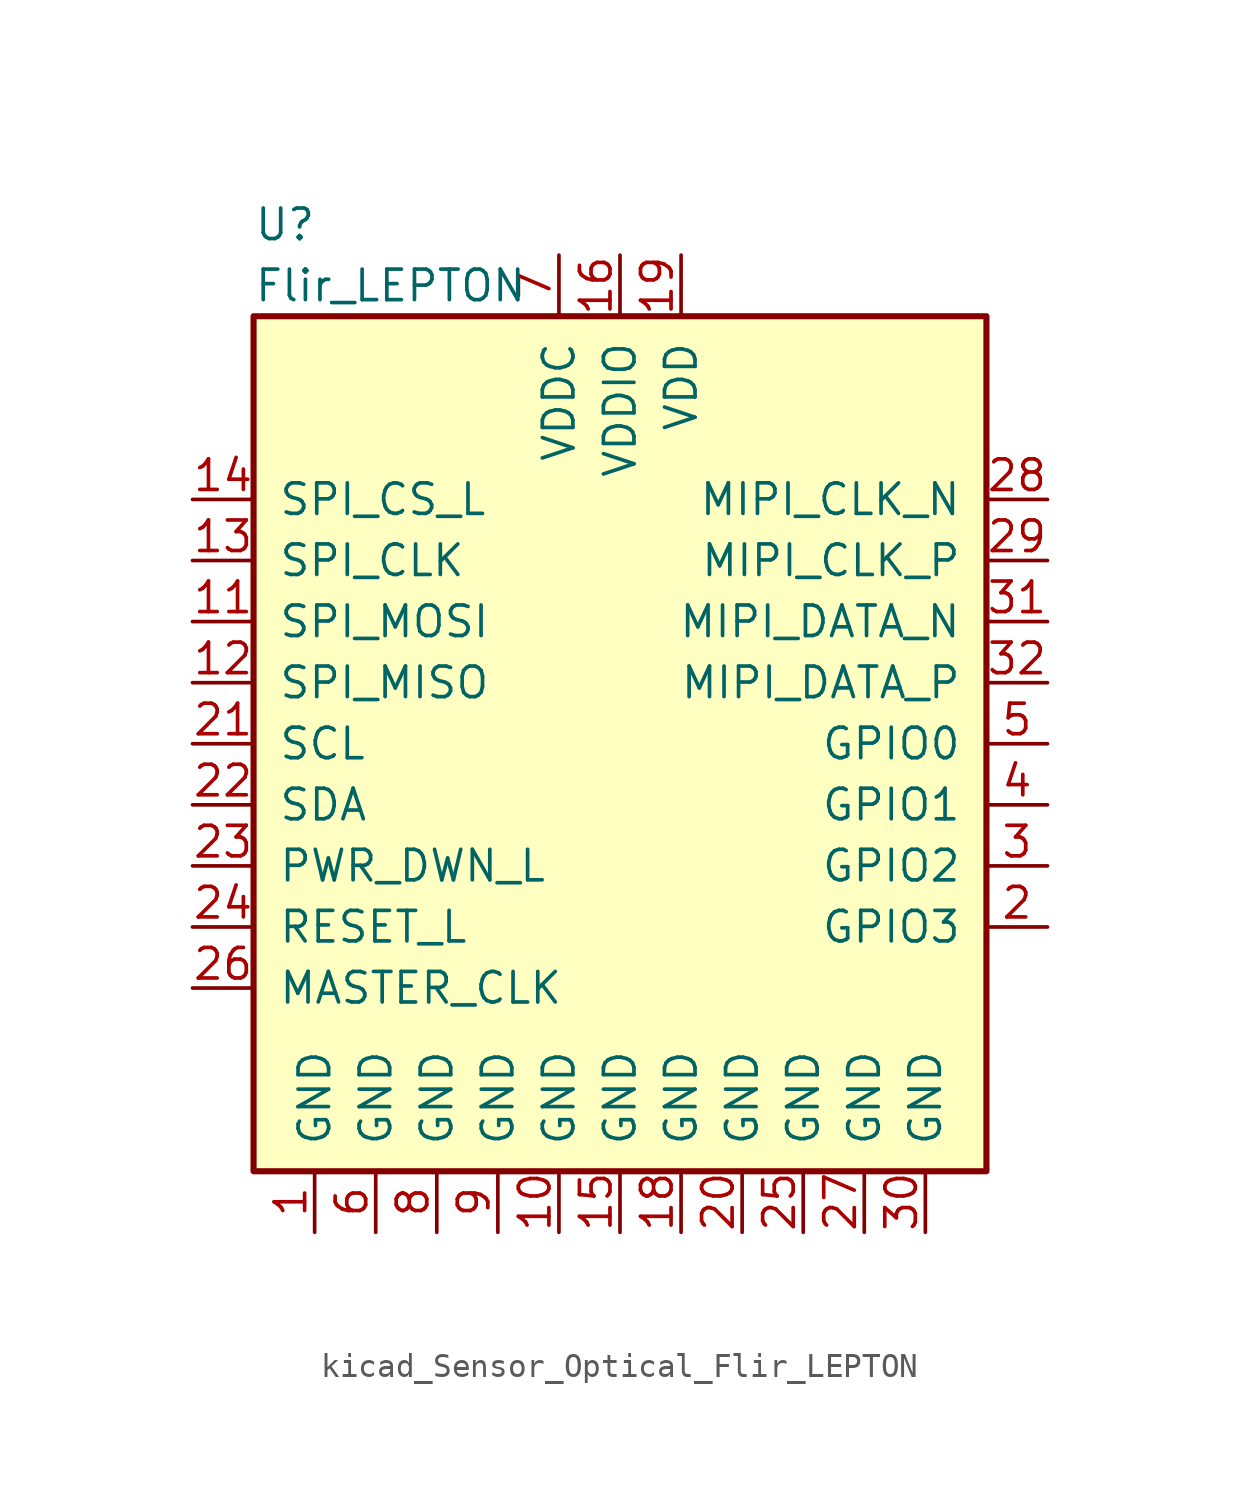
<source format=kicad_sym>
(kicad_symbol_lib
  (version 20220914)
  (generator kicad_symbol_editor)
  (symbol "kicad_Sensor_Optical_Flir_LEPTON"
    (pin_names
      (offset 1.016))
    (property "Reference" "U"
      (at -15.24 21.59 0)
      (effects (font (size 1.27 1.27)) (justify left)))
    (property "Value" "Flir_LEPTON"
      (at -15.24 19.05 0)
      (effects (font (size 1.27 1.27)) (justify left)))
    (symbol "kicad_Sensor_Optical_Flir_LEPTON_0_1"
      (rectangle (start -15.24 17.78) (end 15.24 -17.78) (stroke (width 0.254) (type default)) (fill (type background))))
    (symbol "kicad_Sensor_Optical_Flir_LEPTON_1_1"
      (pin power_in line (at -12.7 -20.32 90) (length 2.54) (name "GND" (effects (font (size 1.27 1.27)))) (number "1" (effects (font (size 1.27 1.27)))))
      (pin power_in line (at -2.54 -20.32 90) (length 2.54) (name "GND" (effects (font (size 1.27 1.27)))) (number "10" (effects (font (size 1.27 1.27)))))
      (pin input line (at -17.78 5.08 0) (length 2.54) (name "SPI_MOSI" (effects (font (size 1.27 1.27)))) (number "11" (effects (font (size 1.27 1.27)))))
      (pin output line (at -17.78 2.54 0) (length 2.54) (name "SPI_MISO" (effects (font (size 1.27 1.27)))) (number "12" (effects (font (size 1.27 1.27)))))
      (pin input line (at -17.78 7.62 0) (length 2.54) (name "SPI_CLK" (effects (font (size 1.27 1.27)))) (number "13" (effects (font (size 1.27 1.27)))))
      (pin input line (at -17.78 10.16 0) (length 2.54) (name "SPI_CS_L" (effects (font (size 1.27 1.27)))) (number "14" (effects (font (size 1.27 1.27)))))
      (pin power_in line (at 0 -20.32 90) (length 2.54) (name "GND" (effects (font (size 1.27 1.27)))) (number "15" (effects (font (size 1.27 1.27)))))
      (pin power_in line (at 0 20.32 270) (length 2.54) (name "VDDIO" (effects (font (size 1.27 1.27)))) (number "16" (effects (font (size 1.27 1.27)))))
      (pin no_connect line (at 15.24 -10.16 180) (length 2.54) hide (name "NC" (effects (font (size 1.27 1.27)))) (number "17" (effects (font (size 1.27 1.27)))))
      (pin power_in line (at 2.54 -20.32 90) (length 2.54) (name "GND" (effects (font (size 1.27 1.27)))) (number "18" (effects (font (size 1.27 1.27)))))
      (pin power_in line (at 2.54 20.32 270) (length 2.54) (name "VDD" (effects (font (size 1.27 1.27)))) (number "19" (effects (font (size 1.27 1.27)))))
      (pin bidirectional line (at 17.78 -7.62 180) (length 2.54) (name "GPIO3" (effects (font (size 1.27 1.27)))) (number "2" (effects (font (size 1.27 1.27)))))
      (pin power_in line (at 5.08 -20.32 90) (length 2.54) (name "GND" (effects (font (size 1.27 1.27)))) (number "20" (effects (font (size 1.27 1.27)))))
      (pin input line (at -17.78 0 0) (length 2.54) (name "SCL" (effects (font (size 1.27 1.27)))) (number "21" (effects (font (size 1.27 1.27)))))
      (pin bidirectional line (at -17.78 -2.54 0) (length 2.54) (name "SDA" (effects (font (size 1.27 1.27)))) (number "22" (effects (font (size 1.27 1.27)))))
      (pin input line (at -17.78 -5.08 0) (length 2.54) (name "PWR_DWN_L" (effects (font (size 1.27 1.27)))) (number "23" (effects (font (size 1.27 1.27)))))
      (pin input line (at -17.78 -7.62 0) (length 2.54) (name "RESET_L" (effects (font (size 1.27 1.27)))) (number "24" (effects (font (size 1.27 1.27)))))
      (pin power_in line (at 7.62 -20.32 90) (length 2.54) (name "GND" (effects (font (size 1.27 1.27)))) (number "25" (effects (font (size 1.27 1.27)))))
      (pin input line (at -17.78 -10.16 0) (length 2.54) (name "MASTER_CLK" (effects (font (size 1.27 1.27)))) (number "26" (effects (font (size 1.27 1.27)))))
      (pin power_in line (at 10.16 -20.32 90) (length 2.54) (name "GND" (effects (font (size 1.27 1.27)))) (number "27" (effects (font (size 1.27 1.27)))))
      (pin output line (at 17.78 10.16 180) (length 2.54) (name "MIPI_CLK_N" (effects (font (size 1.27 1.27)))) (number "28" (effects (font (size 1.27 1.27)))))
      (pin output line (at 17.78 7.62 180) (length 2.54) (name "MIPI_CLK_P" (effects (font (size 1.27 1.27)))) (number "29" (effects (font (size 1.27 1.27)))))
      (pin bidirectional line (at 17.78 -5.08 180) (length 2.54) (name "GPIO2" (effects (font (size 1.27 1.27)))) (number "3" (effects (font (size 1.27 1.27)))))
      (pin power_in line (at 12.7 -20.32 90) (length 2.54) (name "GND" (effects (font (size 1.27 1.27)))) (number "30" (effects (font (size 1.27 1.27)))))
      (pin output line (at 17.78 5.08 180) (length 2.54) (name "MIPI_DATA_N" (effects (font (size 1.27 1.27)))) (number "31" (effects (font (size 1.27 1.27)))))
      (pin output line (at 17.78 2.54 180) (length 2.54) (name "MIPI_DATA_P" (effects (font (size 1.27 1.27)))) (number "32" (effects (font (size 1.27 1.27)))))
      (pin bidirectional line (at 17.78 -2.54 180) (length 2.54) (name "GPIO1" (effects (font (size 1.27 1.27)))) (number "4" (effects (font (size 1.27 1.27)))))
      (pin bidirectional line (at 17.78 0 180) (length 2.54) (name "GPIO0" (effects (font (size 1.27 1.27)))) (number "5" (effects (font (size 1.27 1.27)))))
      (pin power_in line (at -10.16 -20.32 90) (length 2.54) (name "GND" (effects (font (size 1.27 1.27)))) (number "6" (effects (font (size 1.27 1.27)))))
      (pin power_in line (at -2.54 20.32 270) (length 2.54) (name "VDDC" (effects (font (size 1.27 1.27)))) (number "7" (effects (font (size 1.27 1.27)))))
      (pin power_in line (at -7.62 -20.32 90) (length 2.54) (name "GND" (effects (font (size 1.27 1.27)))) (number "8" (effects (font (size 1.27 1.27)))))
      (pin power_in line (at -5.08 -20.32 90) (length 2.54) (name "GND" (effects (font (size 1.27 1.27)))) (number "9" (effects (font (size 1.27 1.27))))))))
</source>
